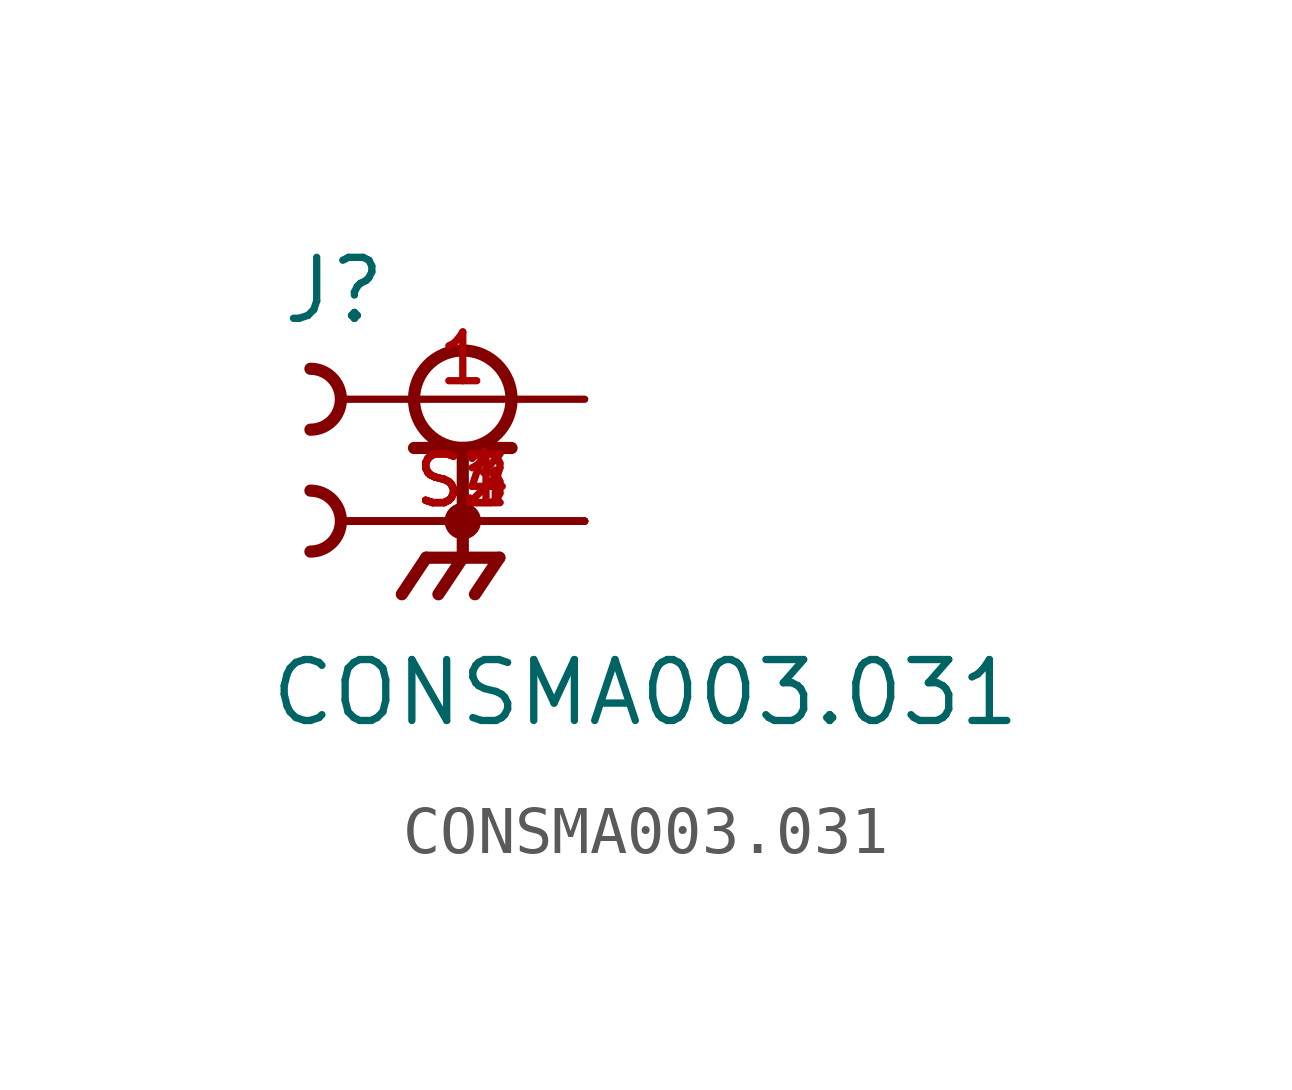
<source format=kicad_sym>
(kicad_symbol_lib
  (version 20211014)
  (generator kicad_symbol_editor)
  (symbol "CONSMA003.031"
    (pin_names
      (offset 1.016))
    (property "Reference" "J"
      (at -3.81 1.524 0)
      (effects (font (size 1.27 1.27)) (justify bottom left)))
    (property "Value" "CONSMA003.031"
      (at -4.064 -6.858 0)
      (effects (font (size 1.27 1.27)) (justify bottom left)))
    (symbol "CONSMA003.031_0_0"
      (circle (center 0.0 0.0) (radius 1.016) (stroke (width 0.254)) (fill (type none)))
      (polyline (pts (xy -1.016 -1.016) (xy 0.0 -1.016)) (stroke (width 0.254)))
      (polyline (pts (xy 0.0 -1.016) (xy 1.016 -1.016)) (stroke (width 0.254)))
      (polyline (pts (xy 0.0 -1.016) (xy 0.0 -3.302)) (stroke (width 0.254)))
      (circle (center 0.0 -2.54) (radius 0.254) (stroke (width 0.254)) (fill (type none)))
      (polyline (pts (xy 0.0 -3.302) (xy -0.762 -3.302)) (stroke (width 0.254)))
      (polyline (pts (xy 0.0 -3.302) (xy 0.762 -3.302)) (stroke (width 0.254)))
      (polyline (pts (xy -0.762 -3.302) (xy -1.27 -4.064)) (stroke (width 0.254)))
      (polyline (pts (xy 0.0 -3.302) (xy -0.508 -4.064)) (stroke (width 0.254)))
      (polyline (pts (xy 0.762 -3.302) (xy 0.254 -4.064)) (stroke (width 0.254)))
      (arc (start -3.175 0.635) (mid -2.54 -0.0) (end -3.175 -0.635) (stroke (width 0.254) (type default) (color 0 0 0 0)) (fill (type none)))
      (arc (start -3.175 -1.905) (mid -2.54 -2.54) (end -3.175 -3.175) (stroke (width 0.254) (type default) (color 0 0 0 0)) (fill (type none)))
      (pin passive line (at 2.54 0.0 180.0) (length 5.08) (name "~" (effects (font (size 1.016 1.016)))) (number "1" (effects (font (size 1.016 1.016)))))
      (pin passive line (at 2.54 -2.54 180.0) (length 5.08) (name "~" (effects (font (size 1.016 1.016)))) (number "S1" (effects (font (size 1.016 1.016)))))
      (pin passive line (at 2.54 -2.54 180.0) (length 5.08) (name "~" (effects (font (size 1.016 1.016)))) (number "S2" (effects (font (size 1.016 1.016)))))
      (pin passive line (at 2.54 -2.54 180.0) (length 5.08) (name "~" (effects (font (size 1.016 1.016)))) (number "S3" (effects (font (size 1.016 1.016)))))
      (pin passive line (at 2.54 -2.54 180.0) (length 5.08) (name "~" (effects (font (size 1.016 1.016)))) (number "S4" (effects (font (size 1.016 1.016))))))))
</source>
